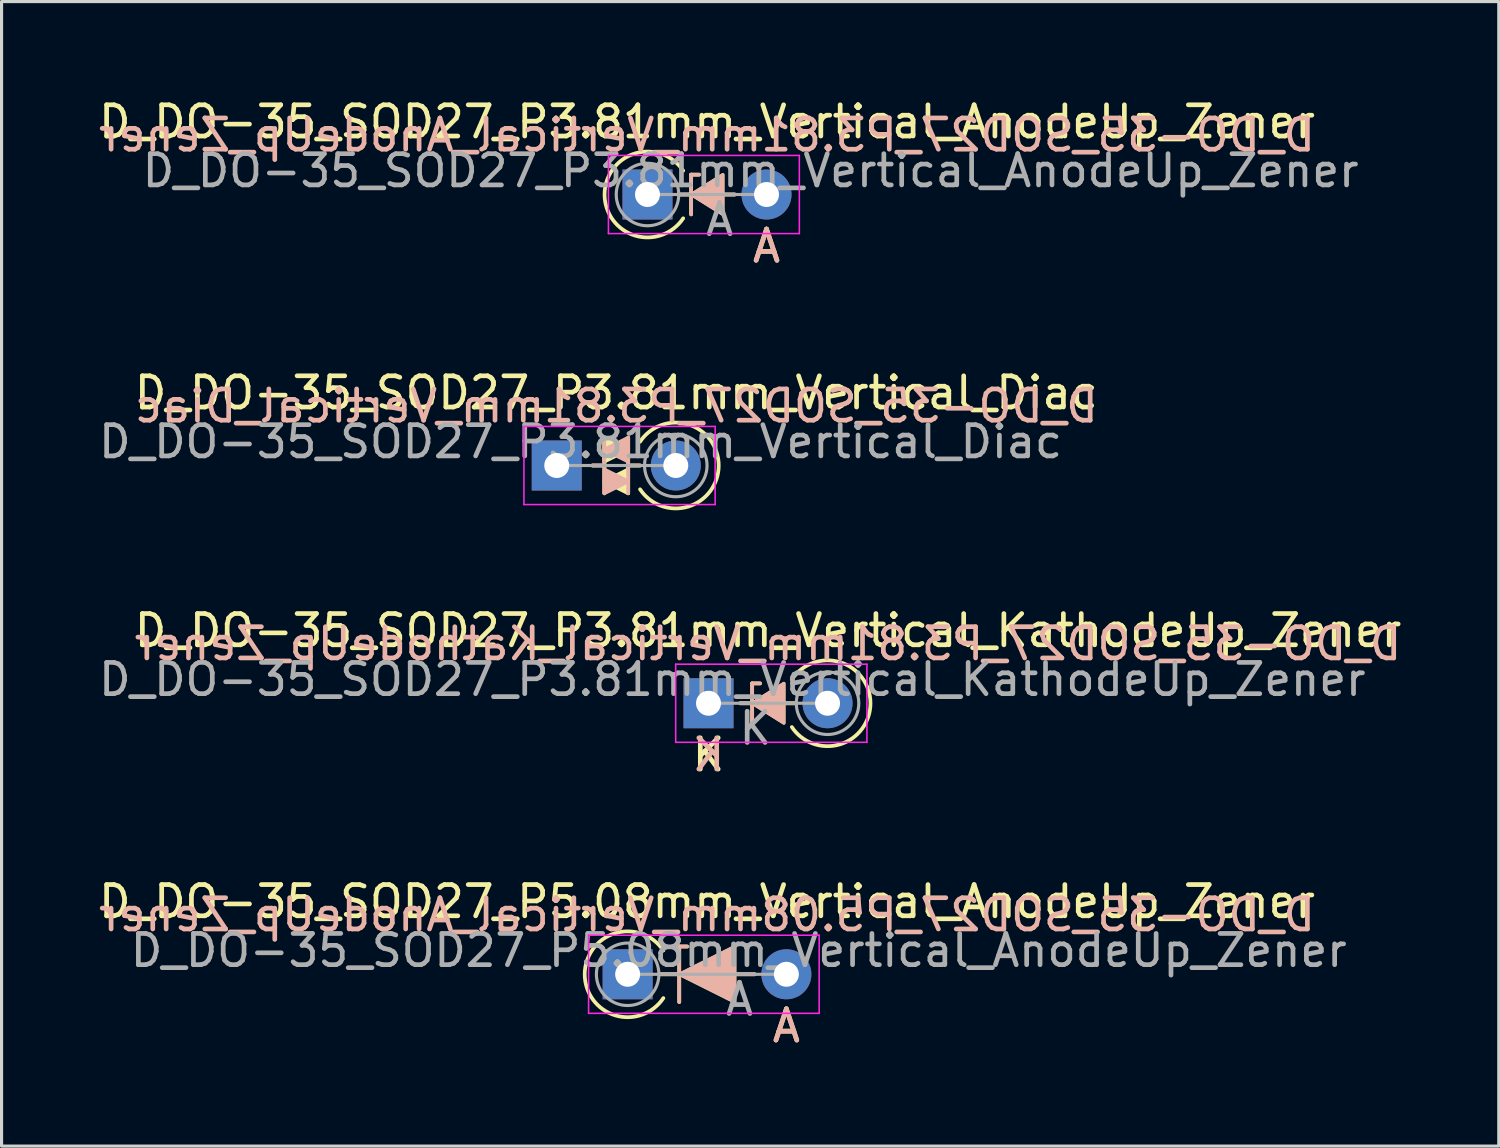
<source format=kicad_pcb>
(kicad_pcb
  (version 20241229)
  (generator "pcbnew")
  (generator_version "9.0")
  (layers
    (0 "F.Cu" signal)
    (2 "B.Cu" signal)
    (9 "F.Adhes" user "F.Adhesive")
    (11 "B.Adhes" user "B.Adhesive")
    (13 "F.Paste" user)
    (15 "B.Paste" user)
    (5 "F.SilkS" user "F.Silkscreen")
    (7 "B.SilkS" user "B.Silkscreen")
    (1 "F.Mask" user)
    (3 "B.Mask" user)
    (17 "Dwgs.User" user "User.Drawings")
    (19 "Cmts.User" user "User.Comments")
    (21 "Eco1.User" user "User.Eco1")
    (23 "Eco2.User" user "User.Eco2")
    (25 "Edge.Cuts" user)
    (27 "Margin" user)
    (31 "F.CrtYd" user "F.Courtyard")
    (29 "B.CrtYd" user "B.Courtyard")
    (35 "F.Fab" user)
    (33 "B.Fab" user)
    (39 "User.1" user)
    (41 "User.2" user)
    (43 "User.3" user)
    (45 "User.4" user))
  (footprint "D_DO-35_SOD27_P3.81mm_Vertical_KathodeUp_Zener"
    (layer "F.Cu")
    (at 19.625 19.457)
    (property "Reference" "D_DO-35_SOD27_P3.81mm_Vertical_KathodeUp_Zener" (at 1.905 -2.326 0) (layer "F.SilkS") (effects (font (size 1 1) (thickness 0.15))))
    (fp_line (start 1.397 -0.635) (end 1.397 0.635) (stroke (width 0.12) (type solid)) (layer "F.SilkS"))
    (fp_line (start 1.397 -0.635) (end 1.651 -0.635) (stroke (width 0.12) (type solid)) (layer "F.SilkS"))
    (fp_line (start 2.794 0) (end 1.016 0) (stroke (width 0.12) (type solid)) (layer "F.SilkS"))
    (fp_arc (start 2.667 -0.761998) (mid 5.183713 0.000001) (end 2.667 0.762) (stroke (width 0.12) (type solid)) (layer "F.SilkS"))
    (fp_poly (pts (xy 2.413 0.635) (xy 1.397 0) (xy 2.413 -0.635)) (stroke (width 0.1) (type solid)) (fill yes) (layer "F.SilkS"))
    (fp_line (start 1.397 -0.635) (end 1.651 -0.635) (stroke (width 0.12) (type solid)) (layer "B.SilkS"))
    (fp_line (start 1.397 0.635) (end 1.397 -0.635) (stroke (width 0.12) (type solid)) (layer "B.SilkS"))
    (fp_line (start 2.794 0) (end 1.016 0) (stroke (width 0.12) (type solid)) (layer "B.SilkS"))
    (fp_poly (pts (xy 2.413 -0.635) (xy 1.397 0) (xy 2.413 0.635)) (stroke (width 0.1) (type solid)) (fill yes) (layer "B.SilkS"))
    (fp_line (start -1.05 -1.25) (end -1.05 1.25) (stroke (width 0.05) (type solid)) (layer "F.CrtYd"))
    (fp_line (start -1.05 1.25) (end 5.07 1.25) (stroke (width 0.05) (type solid)) (layer "F.CrtYd"))
    (fp_line (start 5.07 -1.25) (end -1.05 -1.25) (stroke (width 0.05) (type solid)) (layer "F.CrtYd"))
    (fp_line (start 5.07 1.25) (end 5.07 -1.25) (stroke (width 0.05) (type solid)) (layer "F.CrtYd"))
    (fp_line (start 0 0) (end 3.81 0) (stroke (width 0.1) (type solid)) (layer "F.Fab"))
    (fp_circle (center 3.81 0) (end 4.81 0) (stroke (width 0.1) (type solid)) (fill no) (layer "F.Fab"))
    (fp_text user "K" (at 0 1.651 0) (layer "F.SilkS") (effects (font (size 1 1) (thickness 0.15))))
    (fp_text user "${REFERENCE}" (at 1.905 -1.905 0) (layer "B.SilkS") (effects (font (size 1 1) (thickness 0.15)) (justify mirror)))
    (fp_text user "K" (at 0 1.651 0) (layer "B.SilkS") (effects (font (size 1 1) (thickness 0.15)) (justify mirror)))
    (fp_text user "${REFERENCE}" (at 0.762 -0.762 0) (layer "F.Fab") (effects (font (size 1 1) (thickness 0.15))))
    (fp_text user "K" (at 1.5 0.8 0) (layer "F.Fab") (effects (font (size 1 1) (thickness 0.15))))
    (pad "1" thru_hole rect (at 0 0) (size 1.6 1.6) (drill 0.8) (layers "*.Cu" "*.Mask"))
    (pad "2" thru_hole oval (at 3.81 0) (size 1.6 1.6) (drill 0.8) (layers "*.Cu" "*.Mask")))
  (footprint "D_DO-35_SOD27_P5.08mm_Vertical_AnodeUp_Zener"
    (layer "F.Cu")
    (at 17.037 28.131)
    (property "Reference" "D_DO-35_SOD27_P5.08mm_Vertical_AnodeUp_Zener" (at 2.54 -2.326 0) (layer "F.SilkS") (effects (font (size 1 1) (thickness 0.15))))
    (fp_line (start 1.651 -0.889) (end 1.651 0.889) (stroke (width 0.12) (type solid)) (layer "F.SilkS"))
    (fp_line (start 1.651 -0.889) (end 1.905 -0.889) (stroke (width 0.12) (type solid)) (layer "F.SilkS"))
    (fp_line (start 4.064 0) (end 1.016 0) (stroke (width 0.12) (type solid)) (layer "F.SilkS"))
    (fp_arc (start 1.142999 0.761999) (mid -1.373714 0) (end 1.142999 -0.761999) (stroke (width 0.12) (type solid)) (layer "F.SilkS"))
    (fp_poly (pts (xy 3.429 0.889) (xy 1.651 0) (xy 3.429 -0.889)) (stroke (width 0.1) (type solid)) (fill yes) (layer "F.SilkS"))
    (fp_line (start 1.651 -0.889) (end 1.905 -0.889) (stroke (width 0.12) (type solid)) (layer "B.SilkS"))
    (fp_line (start 1.651 0.889) (end 1.651 -0.889) (stroke (width 0.12) (type solid)) (layer "B.SilkS"))
    (fp_line (start 4.064 0) (end 1.016 0) (stroke (width 0.12) (type solid)) (layer "B.SilkS"))
    (fp_poly (pts (xy 3.429 -0.889) (xy 1.651 0) (xy 3.429 0.889)) (stroke (width 0.1) (type solid)) (fill yes) (layer "B.SilkS"))
    (fp_line (start -1.25 -1.25) (end -1.25 1.25) (stroke (width 0.05) (type solid)) (layer "F.CrtYd"))
    (fp_line (start -1.25 1.25) (end 6.13 1.25) (stroke (width 0.05) (type solid)) (layer "F.CrtYd"))
    (fp_line (start 6.13 -1.25) (end -1.25 -1.25) (stroke (width 0.05) (type solid)) (layer "F.CrtYd"))
    (fp_line (start 6.13 1.25) (end 6.13 -1.25) (stroke (width 0.05) (type solid)) (layer "F.CrtYd"))
    (fp_line (start 0 0) (end 5.08 0) (stroke (width 0.1) (type solid)) (layer "F.Fab"))
    (fp_circle (center 0 0) (end 1 0) (stroke (width 0.1) (type solid)) (fill no) (layer "F.Fab"))
    (fp_text user "A" (at 5.08 1.651 0) (layer "F.SilkS") (effects (font (size 1 1) (thickness 0.15))))
    (fp_text user "A" (at 5.08 1.651 0) (layer "B.SilkS") (effects (font (size 1 1) (thickness 0.15)) (justify mirror)))
    (fp_text user "${REFERENCE}" (at 2.54 -1.905 0) (layer "B.SilkS") (effects (font (size 1 1) (thickness 0.15)) (justify mirror)))
    (fp_text user "A" (at 3.58 0.8 0) (layer "F.Fab") (effects (font (size 1 1) (thickness 0.15))))
    (fp_text user "${REFERENCE}" (at 3.556 -0.762 0) (layer "F.Fab") (effects (font (size 1 1) (thickness 0.15))))
    (pad "1" thru_hole rect (at 0 0) (size 1.6 1.6) (drill 0.8) (layers "*.Cu" "*.Mask"))
    (pad "2" thru_hole oval (at 5.08 0) (size 1.6 1.6) (drill 0.8) (layers "*.Cu" "*.Mask")))
  (footprint "D_DO-35_SOD27_P3.81mm_Vertical_AnodeUp_Zener"
    (layer "F.Cu")
    (at 17.672 3.175)
    (property "Reference" "D_DO-35_SOD27_P3.81mm_Vertical_AnodeUp_Zener" (at 1.905 -2.326 0) (layer "F.SilkS") (effects (font (size 1 1) (thickness 0.15))))
    (fp_line (start 1.397 -0.635) (end 1.397 0.635) (stroke (width 0.12) (type solid)) (layer "F.SilkS"))
    (fp_line (start 1.397 -0.635) (end 1.651 -0.635) (stroke (width 0.12) (type solid)) (layer "F.SilkS"))
    (fp_line (start 2.794 0) (end 1.016 0) (stroke (width 0.12) (type solid)) (layer "F.SilkS"))
    (fp_arc (start 1.142999 0.761999) (mid -1.373714 0) (end 1.142999 -0.761999) (stroke (width 0.12) (type solid)) (layer "F.SilkS"))
    (fp_poly (pts (xy 2.413 0.635) (xy 1.397 0) (xy 2.413 -0.635)) (stroke (width 0.1) (type solid)) (fill yes) (layer "F.SilkS"))
    (fp_line (start 1.397 -0.635) (end 1.651 -0.635) (stroke (width 0.12) (type solid)) (layer "B.SilkS"))
    (fp_line (start 1.397 0.635) (end 1.397 -0.635) (stroke (width 0.12) (type solid)) (layer "B.SilkS"))
    (fp_line (start 2.794 0) (end 1.016 0) (stroke (width 0.12) (type solid)) (layer "B.SilkS"))
    (fp_poly (pts (xy 2.413 -0.635) (xy 1.397 0) (xy 2.413 0.635)) (stroke (width 0.1) (type solid)) (fill yes) (layer "B.SilkS"))
    (fp_line (start -1.25 -1.25) (end -1.25 1.25) (stroke (width 0.05) (type solid)) (layer "F.CrtYd"))
    (fp_line (start -1.25 1.25) (end 4.86 1.25) (stroke (width 0.05) (type solid)) (layer "F.CrtYd"))
    (fp_line (start 4.86 -1.25) (end -1.25 -1.25) (stroke (width 0.05) (type solid)) (layer "F.CrtYd"))
    (fp_line (start 4.86 1.25) (end 4.86 -1.25) (stroke (width 0.05) (type solid)) (layer "F.CrtYd"))
    (fp_line (start 0 0) (end 3.81 0) (stroke (width 0.1) (type solid)) (layer "F.Fab"))
    (fp_circle (center 0 0) (end 1 0) (stroke (width 0.1) (type solid)) (fill no) (layer "F.Fab"))
    (fp_text user "A" (at 3.81 1.651 0) (layer "F.SilkS") (effects (font (size 1 1) (thickness 0.15))))
    (fp_text user "A" (at 3.81 1.651 0) (layer "B.SilkS") (effects (font (size 1 1) (thickness 0.15)) (justify mirror)))
    (fp_text user "${REFERENCE}" (at 1.905 -1.905 0) (layer "B.SilkS") (effects (font (size 1 1) (thickness 0.15)) (justify mirror)))
    (fp_text user "A" (at 2.31 0.8 0) (layer "F.Fab") (effects (font (size 1 1) (thickness 0.15))))
    (fp_text user "${REFERENCE}" (at 3.302 -0.762 0) (layer "F.Fab") (effects (font (size 1 1) (thickness 0.15))))
    (pad "1" thru_hole rect (at 0 0) (size 1.6 1.6) (drill 0.8) (layers "*.Cu" "*.Mask"))
    (pad "2" thru_hole oval (at 3.81 0) (size 1.6 1.6) (drill 0.8) (layers "*.Cu" "*.Mask")))
  (footprint "D_DO-35_SOD27_P3.81mm_Vertical_Diac"
    (layer "F.Cu")
    (at 14.768 11.848)
    (property "Reference" "D_DO-35_SOD27_P3.81mm_Vertical_Diac" (at 1.905 -2.326 0) (layer "F.SilkS") (effects (font (size 1 1) (thickness 0.15))))
    (fp_line (start 1.143 0) (end 1.524 0) (stroke (width 0.12) (type solid)) (layer "F.SilkS"))
    (fp_line (start 1.524 -0.889) (end 1.524 0.889) (stroke (width 0.12) (type solid)) (layer "F.SilkS"))
    (fp_line (start 2.286 -0.889) (end 2.286 0.889) (stroke (width 0.12) (type solid)) (layer "F.SilkS"))
    (fp_line (start 2.667 0) (end 2.286 0) (stroke (width 0.12) (type solid)) (layer "F.SilkS"))
    (fp_arc (start 2.667 -0.761998) (mid 5.183713 0.000001) (end 2.667 0.762) (stroke (width 0.12) (type solid)) (layer "F.SilkS"))
    (fp_poly (pts (xy 2.286 -0.508) (xy 1.524 -0.127) (xy 1.524 -0.889)) (stroke (width 0.12) (type solid)) (fill yes) (layer "F.SilkS"))
    (fp_poly (pts (xy 2.286 0.889) (xy 1.524 0.508) (xy 2.286 0.127)) (stroke (width 0.12) (type solid)) (fill yes) (layer "F.SilkS"))
    (fp_line (start 1.143 0) (end 1.524 0) (stroke (width 0.12) (type solid)) (layer "B.SilkS"))
    (fp_line (start 1.524 0.889) (end 1.524 -0.889) (stroke (width 0.12) (type solid)) (layer "B.SilkS"))
    (fp_line (start 2.286 0.889) (end 2.286 -0.889) (stroke (width 0.12) (type solid)) (layer "B.SilkS"))
    (fp_line (start 2.667 0) (end 2.286 0) (stroke (width 0.12) (type solid)) (layer "B.SilkS"))
    (fp_poly (pts (xy 2.286 -0.889) (xy 1.524 -0.508) (xy 2.286 -0.127)) (stroke (width 0.12) (type solid)) (fill yes) (layer "B.SilkS"))
    (fp_poly (pts (xy 2.286 0.508) (xy 1.524 0.127) (xy 1.524 0.889)) (stroke (width 0.12) (type solid)) (fill yes) (layer "B.SilkS"))
    (fp_line (start -1.05 -1.25) (end -1.05 1.25) (stroke (width 0.05) (type solid)) (layer "F.CrtYd"))
    (fp_line (start -1.05 1.25) (end 5.07 1.25) (stroke (width 0.05) (type solid)) (layer "F.CrtYd"))
    (fp_line (start 5.07 -1.25) (end -1.05 -1.25) (stroke (width 0.05) (type solid)) (layer "F.CrtYd"))
    (fp_line (start 5.07 1.25) (end 5.07 -1.25) (stroke (width 0.05) (type solid)) (layer "F.CrtYd"))
    (fp_line (start 0 0) (end 3.81 0) (stroke (width 0.1) (type solid)) (layer "F.Fab"))
    (fp_circle (center 3.81 0) (end 4.81 0) (stroke (width 0.1) (type solid)) (fill no) (layer "F.Fab"))
    (fp_text user "${REFERENCE}" (at 1.905 -1.905 0) (layer "B.SilkS") (effects (font (size 1 1) (thickness 0.15)) (justify mirror)))
    (fp_text user "${REFERENCE}" (at 0.762 -0.762 0) (layer "F.Fab") (effects (font (size 1 1) (thickness 0.15))))
    (pad "1" thru_hole rect (at 0 0) (size 1.6 1.6) (drill 0.8) (layers "*.Cu" "*.Mask"))
    (pad "2" thru_hole oval (at 3.81 0) (size 1.6 1.6) (drill 0.8) (layers "*.Cu" "*.Mask")))
  (gr_rect
    (start -3 -3)
    (end 44.917 33.63)
    (stroke (width 0.1) (type default))
    (fill no)
    (layer "Edge.Cuts")))
</source>
